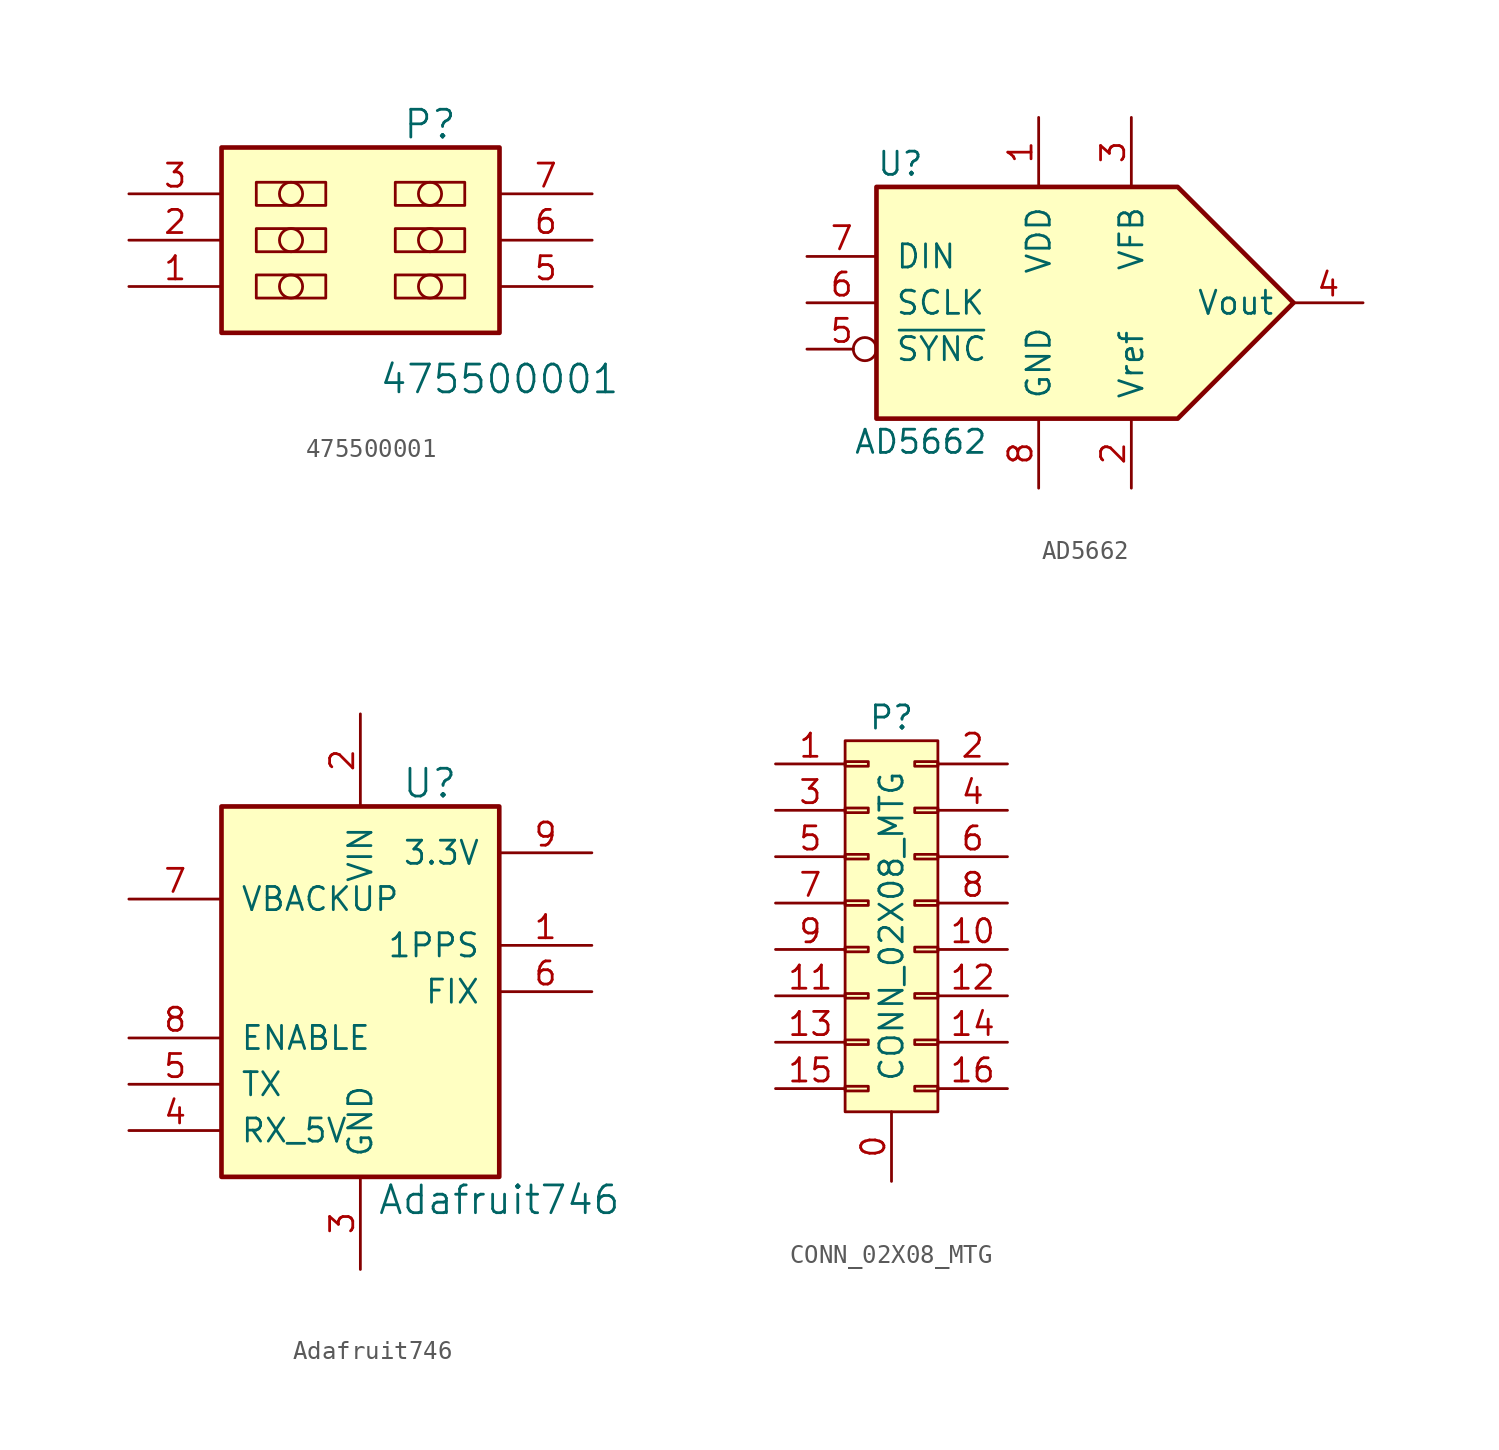
<source format=kicad_sym>
(kicad_symbol_lib
  (version 20231120)
  (generator "kicad_symbol_editor")
  (generator_version "8.0")
  (symbol "475500001"
    (pin_names
      (offset 1.016))
    (property "Reference" "P"
      (at 3.81 6.35 0)
      (effects (font (size 1.524 1.524))))
    (property "Value" "475500001"
      (at 7.62 -7.62 0)
      (effects (font (size 1.524 1.524))))
    (symbol "475500001_0_1"
      (rectangle (start -5.715 -1.905) (end -1.905 -3.175) (stroke (width 0) (type solid)) (fill (type none)))
      (rectangle (start -5.715 0.635) (end -1.905 -0.635) (stroke (width 0) (type solid)) (fill (type none)))
      (rectangle (start -5.715 3.175) (end -1.905 1.905) (stroke (width 0) (type solid)) (fill (type none)))
      (circle (center -3.81 -2.54) (radius 0.635) (stroke (width 0) (type solid)) (fill (type none)))
      (circle (center -3.81 0) (radius 0.635) (stroke (width 0) (type solid)) (fill (type none)))
      (circle (center -3.81 2.54) (radius 0.635) (stroke (width 0) (type solid)) (fill (type none)))
      (rectangle (start 1.905 -1.905) (end 5.715 -3.175) (stroke (width 0) (type solid)) (fill (type none)))
      (rectangle (start 1.905 0.635) (end 5.715 -0.635) (stroke (width 0) (type solid)) (fill (type none)))
      (rectangle (start 1.905 3.175) (end 5.715 1.905) (stroke (width 0) (type solid)) (fill (type none)))
      (circle (center 3.81 -2.54) (radius 0.635) (stroke (width 0) (type solid)) (fill (type none)))
      (circle (center 3.81 0) (radius 0.635) (stroke (width 0) (type solid)) (fill (type none)))
      (circle (center 3.81 2.54) (radius 0.635) (stroke (width 0) (type solid)) (fill (type none))))
    (symbol "475500001_1_1"
      (rectangle (start -7.62 5.08) (end 7.62 -5.08) (stroke (width 0.254) (type solid)) (fill (type background)))
      (pin passive line (at -12.7 -2.54 0) (length 5.08) (name "~" (effects (font (size 1.27 1.27)))) (number "1" (effects (font (size 1.27 1.27)))))
      (pin passive line (at -12.7 0 0) (length 5.08) (name "~" (effects (font (size 1.27 1.27)))) (number "2" (effects (font (size 1.27 1.27)))))
      (pin passive line (at -12.7 2.54 0) (length 5.08) (name "~" (effects (font (size 1.27 1.27)))) (number "3" (effects (font (size 1.27 1.27)))))
      (pin passive line (at 12.7 -2.54 180) (length 5.08) (name "~" (effects (font (size 1.27 1.27)))) (number "5" (effects (font (size 1.27 1.27)))))
      (pin passive line (at 12.7 0 180) (length 5.08) (name "~" (effects (font (size 1.27 1.27)))) (number "6" (effects (font (size 1.27 1.27)))))
      (pin passive line (at 12.7 2.54 180) (length 5.08) (name "~" (effects (font (size 1.27 1.27)))) (number "7" (effects (font (size 1.27 1.27)))))))
  (symbol "AD5662"
    (pin_names
      (offset 1.016))
    (property "Reference" "U"
      (at -11.43 7.62 0)
      (effects (font (size 1.27 1.27)) (justify left)))
    (property "Value" "AD5662"
      (at -12.7 -7.62 0)
      (effects (font (size 1.27 1.27)) (justify left)))
    (symbol "AD5662_1_1"
      (polyline (pts (xy -11.43 6.35) (xy 5.08 6.35) (xy 11.43 0) (xy 5.08 -6.35) (xy -11.43 -6.35) (xy -11.43 6.35)) (stroke (width 0.254) (type solid)) (fill (type background)))
      (pin power_in line (at -2.54 10.16 270) (length 3.81) (name "VDD" (effects (font (size 1.27 1.27)))) (number "1" (effects (font (size 1.27 1.27)))))
      (pin power_in line (at 2.54 -10.16 90) (length 3.81) (name "Vref" (effects (font (size 1.27 1.27)))) (number "2" (effects (font (size 1.27 1.27)))))
      (pin passive line (at 2.54 10.16 270) (length 3.81) (name "VFB" (effects (font (size 1.27 1.27)))) (number "3" (effects (font (size 1.27 1.27)))))
      (pin output line (at 15.24 0 180) (length 3.81) (name "Vout" (effects (font (size 1.27 1.27)))) (number "4" (effects (font (size 1.27 1.27)))))
      (pin input inverted (at -15.24 -2.54 0) (length 3.81) (name "~{SYNC}" (effects (font (size 1.27 1.27)))) (number "5" (effects (font (size 1.27 1.27)))))
      (pin input line (at -15.24 0 0) (length 3.81) (name "SCLK" (effects (font (size 1.27 1.27)))) (number "6" (effects (font (size 1.27 1.27)))))
      (pin input line (at -15.24 2.54 0) (length 3.81) (name "DIN" (effects (font (size 1.27 1.27)))) (number "7" (effects (font (size 1.27 1.27)))))
      (pin power_in line (at -2.54 -10.16 90) (length 3.81) (name "GND" (effects (font (size 1.27 1.27)))) (number "8" (effects (font (size 1.27 1.27)))))))
  (symbol "Adafruit746"
    (pin_names
      (offset 1.016))
    (property "Reference" "U"
      (at 3.81 11.43 0)
      (effects (font (size 1.524 1.524))))
    (property "Value" "Adafruit746"
      (at 7.62 -11.43 0)
      (effects (font (size 1.524 1.524))))
    (symbol "Adafruit746_1_1"
      (rectangle (start -7.62 10.16) (end 7.62 -10.16) (stroke (width 0.254) (type solid)) (fill (type background)))
      (pin output line (at 12.7 2.54 180) (length 5.08) (name "1PPS" (effects (font (size 1.27 1.27)))) (number "1" (effects (font (size 1.27 1.27)))))
      (pin power_in line (at 0 15.24 270) (length 5.08) (name "VIN" (effects (font (size 1.27 1.27)))) (number "2" (effects (font (size 1.27 1.27)))))
      (pin power_in line (at 0 -15.24 90) (length 5.08) (name "GND" (effects (font (size 1.27 1.27)))) (number "3" (effects (font (size 1.27 1.27)))))
      (pin input line (at -12.7 -7.62 0) (length 5.08) (name "RX_5V" (effects (font (size 1.27 1.27)))) (number "4" (effects (font (size 1.27 1.27)))))
      (pin output line (at -12.7 -5.08 0) (length 5.08) (name "TX" (effects (font (size 1.27 1.27)))) (number "5" (effects (font (size 1.27 1.27)))))
      (pin output line (at 12.7 0 180) (length 5.08) (name "FIX" (effects (font (size 1.27 1.27)))) (number "6" (effects (font (size 1.27 1.27)))))
      (pin power_in line (at -12.7 5.08 0) (length 5.08) (name "VBACKUP" (effects (font (size 1.27 1.27)))) (number "7" (effects (font (size 1.27 1.27)))))
      (pin input line (at -12.7 -2.54 0) (length 5.08) (name "ENABLE" (effects (font (size 1.27 1.27)))) (number "8" (effects (font (size 1.27 1.27)))))
      (pin power_out line (at 12.7 7.62 180) (length 5.08) (name "3.3V" (effects (font (size 1.27 1.27)))) (number "9" (effects (font (size 1.27 1.27)))))))
  (symbol "CONN_02X08_MTG"
    (pin_names
      (offset 0.025) hide)
    (property "Reference" "P"
      (at 0 11.43 0)
      (effects (font (size 1.27 1.27))))
    (property "Value" "CONN_02X08_MTG"
      (at 0 0 90)
      (effects (font (size 1.27 1.27))))
    (symbol "CONN_02X08_MTG_0_1"
      (rectangle (start -2.54 -8.763) (end -1.27 -9.017) (stroke (width 0) (type solid)) (fill (type none)))
      (rectangle (start -2.54 -6.223) (end -1.27 -6.477) (stroke (width 0) (type solid)) (fill (type none)))
      (rectangle (start -2.54 -3.683) (end -1.27 -3.937) (stroke (width 0) (type solid)) (fill (type none)))
      (rectangle (start -2.54 -1.143) (end -1.27 -1.397) (stroke (width 0) (type solid)) (fill (type none)))
      (rectangle (start -2.54 1.397) (end -1.27 1.143) (stroke (width 0) (type solid)) (fill (type none)))
      (rectangle (start -2.54 3.937) (end -1.27 3.683) (stroke (width 0) (type solid)) (fill (type none)))
      (rectangle (start -2.54 6.477) (end -1.27 6.223) (stroke (width 0) (type solid)) (fill (type none)))
      (rectangle (start -2.54 9.017) (end -1.27 8.763) (stroke (width 0) (type solid)) (fill (type none)))
      (rectangle (start 1.27 -8.763) (end 2.54 -9.017) (stroke (width 0) (type solid)) (fill (type none)))
      (rectangle (start 1.27 -6.223) (end 2.54 -6.477) (stroke (width 0) (type solid)) (fill (type none)))
      (rectangle (start 1.27 -3.683) (end 2.54 -3.937) (stroke (width 0) (type solid)) (fill (type none)))
      (rectangle (start 1.27 -1.143) (end 2.54 -1.397) (stroke (width 0) (type solid)) (fill (type none)))
      (rectangle (start 1.27 1.397) (end 2.54 1.143) (stroke (width 0) (type solid)) (fill (type none)))
      (rectangle (start 1.27 3.937) (end 2.54 3.683) (stroke (width 0) (type solid)) (fill (type none)))
      (rectangle (start 1.27 6.477) (end 2.54 6.223) (stroke (width 0) (type solid)) (fill (type none)))
      (rectangle (start 1.27 9.017) (end 2.54 8.763) (stroke (width 0) (type solid)) (fill (type none))))
    (symbol "CONN_02X08_MTG_1_1"
      (rectangle (start -2.54 10.16) (end 2.54 -10.16) (stroke (width 0) (type solid)) (fill (type background)))
      (pin passive line (at 0 -13.97 90) (length 3.81) (name "~" (effects (font (size 1.27 1.27)))) (number "0" (effects (font (size 1.27 1.27)))))
      (pin passive line (at -6.35 8.89 0) (length 3.81) (name "P1" (effects (font (size 1.27 1.27)))) (number "1" (effects (font (size 1.27 1.27)))))
      (pin passive line (at 6.35 -1.27 180) (length 3.81) (name "P10" (effects (font (size 1.27 1.27)))) (number "10" (effects (font (size 1.27 1.27)))))
      (pin passive line (at -6.35 -3.81 0) (length 3.81) (name "P11" (effects (font (size 1.27 1.27)))) (number "11" (effects (font (size 1.27 1.27)))))
      (pin passive line (at 6.35 -3.81 180) (length 3.81) (name "P12" (effects (font (size 1.27 1.27)))) (number "12" (effects (font (size 1.27 1.27)))))
      (pin passive line (at -6.35 -6.35 0) (length 3.81) (name "P13" (effects (font (size 1.27 1.27)))) (number "13" (effects (font (size 1.27 1.27)))))
      (pin passive line (at 6.35 -6.35 180) (length 3.81) (name "P14" (effects (font (size 1.27 1.27)))) (number "14" (effects (font (size 1.27 1.27)))))
      (pin passive line (at -6.35 -8.89 0) (length 3.81) (name "P15" (effects (font (size 1.27 1.27)))) (number "15" (effects (font (size 1.27 1.27)))))
      (pin passive line (at 6.35 -8.89 180) (length 3.81) (name "P16" (effects (font (size 1.27 1.27)))) (number "16" (effects (font (size 1.27 1.27)))))
      (pin passive line (at 6.35 8.89 180) (length 3.81) (name "P2" (effects (font (size 1.27 1.27)))) (number "2" (effects (font (size 1.27 1.27)))))
      (pin passive line (at -6.35 6.35 0) (length 3.81) (name "P3" (effects (font (size 1.27 1.27)))) (number "3" (effects (font (size 1.27 1.27)))))
      (pin passive line (at 6.35 6.35 180) (length 3.81) (name "P4" (effects (font (size 1.27 1.27)))) (number "4" (effects (font (size 1.27 1.27)))))
      (pin passive line (at -6.35 3.81 0) (length 3.81) (name "P5" (effects (font (size 1.27 1.27)))) (number "5" (effects (font (size 1.27 1.27)))))
      (pin passive line (at 6.35 3.81 180) (length 3.81) (name "P6" (effects (font (size 1.27 1.27)))) (number "6" (effects (font (size 1.27 1.27)))))
      (pin passive line (at -6.35 1.27 0) (length 3.81) (name "P7" (effects (font (size 1.27 1.27)))) (number "7" (effects (font (size 1.27 1.27)))))
      (pin passive line (at 6.35 1.27 180) (length 3.81) (name "P8" (effects (font (size 1.27 1.27)))) (number "8" (effects (font (size 1.27 1.27)))))
      (pin passive line (at -6.35 -1.27 0) (length 3.81) (name "P9" (effects (font (size 1.27 1.27)))) (number "9" (effects (font (size 1.27 1.27))))))))
</source>
